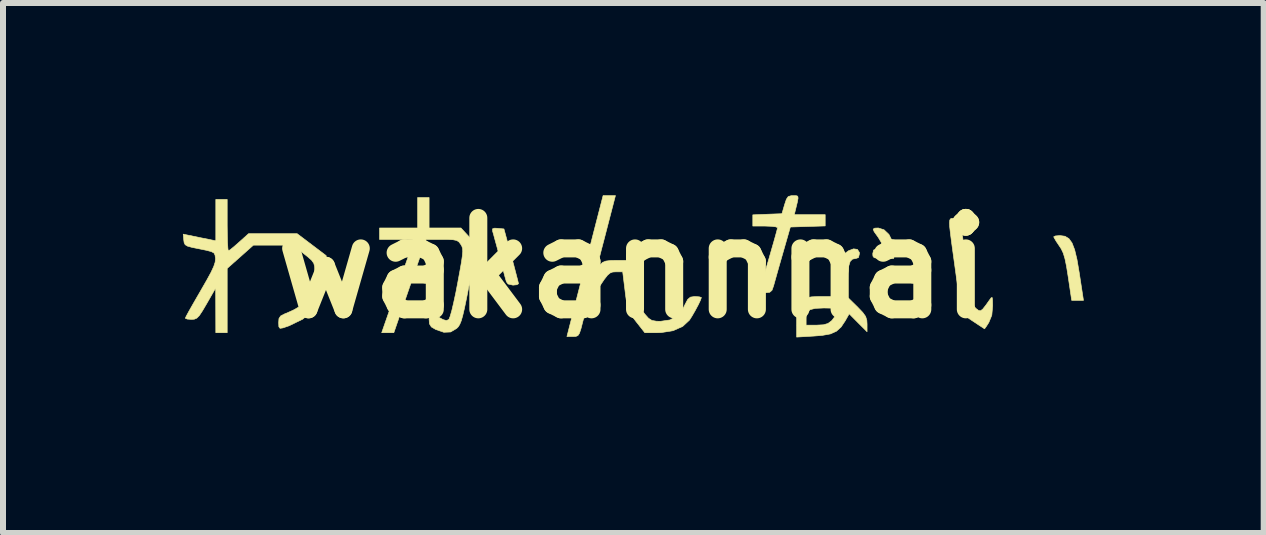
<source format=kicad_pcb>
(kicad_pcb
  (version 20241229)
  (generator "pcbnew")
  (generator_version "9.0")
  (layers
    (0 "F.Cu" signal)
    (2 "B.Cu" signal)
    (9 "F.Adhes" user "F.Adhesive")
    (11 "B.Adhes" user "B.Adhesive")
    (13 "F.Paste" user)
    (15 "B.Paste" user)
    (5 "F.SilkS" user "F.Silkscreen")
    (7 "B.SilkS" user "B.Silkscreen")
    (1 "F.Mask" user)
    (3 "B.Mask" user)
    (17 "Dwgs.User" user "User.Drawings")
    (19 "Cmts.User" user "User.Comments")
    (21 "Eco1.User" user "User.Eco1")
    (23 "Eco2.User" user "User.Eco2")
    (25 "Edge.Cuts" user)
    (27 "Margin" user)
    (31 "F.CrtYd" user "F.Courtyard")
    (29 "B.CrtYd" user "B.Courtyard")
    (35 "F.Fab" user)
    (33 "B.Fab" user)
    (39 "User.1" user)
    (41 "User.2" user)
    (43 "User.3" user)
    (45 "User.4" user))
  (footprint "wakannnai"
    (layer "F.Cu")
    (at 7.501 1.418)
    (property "Reference" "wakannnai" (at 0 0 0) (layer "F.SilkS") (effects (font (size 1.524 1.524) (thickness 0.3))))
    (attr through_hole)
    (fp_poly (pts (xy 7.205 -0.529) (xy 7.27 -0.49) (xy 7.322 -0.418) (xy 7.366 -0.304) (xy 7.405 -0.142) (xy 7.442 0.076) (xy 7.446 0.102) (xy 7.513 0.54) (xy 7.317 0.54) (xy 7.259 0.151) (xy 7.231 -0.025) (xy 7.205 -0.152) (xy 7.177 -0.246) (xy 7.142 -0.32) (xy 7.109 -0.37) (xy 7.056 -0.449) (xy 7.023 -0.506) (xy 7.017 -0.521) (xy 7.045 -0.534) (xy 7.113 -0.54) (xy 7.126 -0.54) (xy 7.205 -0.529)) (stroke (width 0.01) (type solid)) (fill yes) (layer "F.SilkS"))
    (fp_poly (pts (xy -2.252 -0.661) (xy -2.149 -0.651) (xy -2.028 -0.206) (xy -1.985 -0.047) (xy -1.949 0.091) (xy -1.922 0.195) (xy -1.908 0.254) (xy -1.906 0.262) (xy -1.933 0.279) (xy -1.998 0.286) (xy -2.08 0.267) (xy -2.108 0.23) (xy -2.123 0.179) (xy -2.15 0.08) (xy -2.185 -0.051) (xy -2.223 -0.191) (xy -2.262 -0.339) (xy -2.298 -0.469) (xy -2.324 -0.566) (xy -2.338 -0.613) (xy -2.34 -0.652) (xy -2.305 -0.664) (xy -2.252 -0.661)) (stroke (width 0.01) (type solid)) (fill yes) (layer "F.SilkS"))
    (fp_poly (pts (xy 4.188 -0.637) (xy 4.27 -0.559) (xy 4.327 -0.445) (xy 4.35 -0.31) (xy 4.35 -0.304) (xy 4.35 -0.159) (xy 4.175 -0.159) (xy 4.075 -0.161) (xy 4.023 -0.172) (xy 4.003 -0.198) (xy 4 -0.238) (xy 4.014 -0.299) (xy 4.065 -0.317) (xy 4.08 -0.318) (xy 4.145 -0.335) (xy 4.159 -0.37) (xy 4.141 -0.428) (xy 4.095 -0.505) (xy 4.08 -0.527) (xy 4.023 -0.606) (xy 4.007 -0.648) (xy 4.033 -0.664) (xy 4.092 -0.667) (xy 4.188 -0.637)) (stroke (width 0.01) (type solid)) (fill yes) (layer "F.SilkS"))
    (fp_poly (pts (xy 2.722 -1.206) (xy 2.749 -1.197) (xy 2.755 -1.166) (xy 2.743 -1.099) (xy 2.715 -0.984) (xy 2.713 -0.976) (xy 2.692 -0.889) (xy 2.949 -0.889) (xy 3.207 -0.889) (xy 3.207 -0.701) (xy 2.916 -0.692) (xy 2.626 -0.683) (xy 2.503 -0.254) (xy 2.455 -0.087) (xy 2.411 0.068) (xy 2.375 0.196) (xy 2.351 0.282) (xy 2.348 0.294) (xy 2.32 0.372) (xy 2.282 0.405) (xy 2.212 0.413) (xy 2.209 0.413) (xy 2.102 0.413) (xy 2.258 -0.117) (xy 2.308 -0.291) (xy 2.352 -0.444) (xy 2.386 -0.566) (xy 2.407 -0.645) (xy 2.413 -0.672) (xy 2.384 -0.686) (xy 2.308 -0.695) (xy 2.207 -0.699) (xy 2 -0.699) (xy 2 -0.886) (xy 2.243 -0.896) (xy 2.486 -0.905) (xy 2.53 -1.056) (xy 2.56 -1.146) (xy 2.591 -1.191) (xy 2.639 -1.205) (xy 2.671 -1.206) (xy 2.722 -1.206)) (stroke (width 0.01) (type solid)) (fill yes) (layer "F.SilkS"))
    (fp_poly (pts (xy 5.341 -0.826) (xy 5.366 -0.826) (xy 5.433 -0.819) (xy 5.461 -0.803) (xy 5.461 -0.803) (xy 5.465 -0.766) (xy 5.477 -0.675) (xy 5.495 -0.541) (xy 5.518 -0.371) (xy 5.544 -0.176) (xy 5.557 -0.08) (xy 5.59 0.151) (xy 5.616 0.327) (xy 5.638 0.457) (xy 5.658 0.549) (xy 5.678 0.611) (xy 5.698 0.65) (xy 5.722 0.676) (xy 5.723 0.677) (xy 5.764 0.708) (xy 5.796 0.714) (xy 5.833 0.687) (xy 5.885 0.621) (xy 5.944 0.538) (xy 5.975 0.496) (xy 5.991 0.492) (xy 5.997 0.534) (xy 5.999 0.63) (xy 5.999 0.631) (xy 5.985 0.787) (xy 5.935 0.909) (xy 5.892 0.976) (xy 5.866 1.012) (xy 5.863 1.014) (xy 5.836 0.996) (xy 5.77 0.953) (xy 5.678 0.892) (xy 5.667 0.885) (xy 5.477 0.758) (xy 5.376 0.022) (xy 5.341 -0.232) (xy 5.314 -0.429) (xy 5.295 -0.578) (xy 5.283 -0.684) (xy 5.28 -0.755) (xy 5.284 -0.798) (xy 5.296 -0.819) (xy 5.315 -0.827) (xy 5.341 -0.826)) (stroke (width 0.01) (type solid)) (fill yes) (layer "F.SilkS"))
    (fp_poly (pts (xy 3.744 -0.31) (xy 3.777 -0.259) (xy 3.778 -0.238) (xy 3.762 -0.174) (xy 3.721 -0.159) (xy 3.662 -0.148) (xy 3.623 -0.109) (xy 3.6 -0.033) (xy 3.589 0.09) (xy 3.588 0.206) (xy 3.588 0.495) (xy 3.747 0.651) (xy 3.833 0.741) (xy 3.881 0.808) (xy 3.901 0.872) (xy 3.905 0.935) (xy 3.905 1.063) (xy 3.756 0.914) (xy 3.607 0.764) (xy 3.542 0.879) (xy 3.473 0.983) (xy 3.395 1.054) (xy 3.295 1.099) (xy 3.157 1.124) (xy 3.019 1.135) (xy 2.731 1.152) (xy 2.731 0.903) (xy 2.731 0.848) (xy 2.889 0.848) (xy 2.889 0.953) (xy 3.065 0.953) (xy 3.179 0.947) (xy 3.254 0.925) (xy 3.315 0.879) (xy 3.319 0.875) (xy 3.373 0.803) (xy 3.397 0.735) (xy 3.397 0.732) (xy 3.391 0.697) (xy 3.365 0.678) (xy 3.304 0.669) (xy 3.194 0.667) (xy 3.181 0.667) (xy 3.042 0.673) (xy 2.954 0.695) (xy 2.907 0.739) (xy 2.89 0.814) (xy 2.889 0.848) (xy 2.731 0.848) (xy 2.732 0.774) (xy 2.742 0.69) (xy 2.763 0.632) (xy 2.8 0.582) (xy 2.816 0.565) (xy 2.864 0.52) (xy 2.914 0.493) (xy 2.983 0.481) (xy 3.089 0.476) (xy 3.149 0.476) (xy 3.397 0.476) (xy 3.397 0.181) (xy 3.398 0.042) (xy 3.403 -0.05) (xy 3.418 -0.111) (xy 3.445 -0.156) (xy 3.489 -0.204) (xy 3.502 -0.216) (xy 3.595 -0.287) (xy 3.68 -0.319) (xy 3.744 -0.31)) (stroke (width 0.01) (type solid)) (fill yes) (layer "F.SilkS"))
    (fp_poly (pts (xy -3.397 -0.667) (xy -2.866 -0.667) (xy -2.735 -0.525) (xy -2.666 -0.449) (xy -2.618 -0.394) (xy -2.604 -0.374) (xy -2.609 -0.341) (xy -2.626 -0.256) (xy -2.65 -0.127) (xy -2.682 0.037) (xy -2.718 0.225) (xy -2.73 0.286) (xy -2.773 0.507) (xy -2.808 0.674) (xy -2.837 0.797) (xy -2.862 0.883) (xy -2.886 0.941) (xy -2.911 0.981) (xy -2.938 1.008) (xy -3.038 1.067) (xy -3.151 1.072) (xy -3.285 1.026) (xy -3.359 0.983) (xy -3.391 0.931) (xy -3.397 0.85) (xy -3.397 0.728) (xy -3.252 0.813) (xy -3.163 0.861) (xy -3.11 0.876) (xy -3.075 0.863) (xy -3.065 0.854) (xy -3.047 0.809) (xy -3.019 0.713) (xy -2.987 0.577) (xy -2.951 0.41) (xy -2.92 0.249) (xy -2.883 0.048) (xy -2.857 -0.1) (xy -2.842 -0.206) (xy -2.836 -0.278) (xy -2.839 -0.327) (xy -2.851 -0.363) (xy -2.869 -0.394) (xy -2.9 -0.435) (xy -2.937 -0.459) (xy -2.997 -0.471) (xy -3.094 -0.476) (xy -3.185 -0.476) (xy -3.448 -0.476) (xy -3.985 1.079) (xy -4.187 1.079) (xy -3.969 0.452) (xy -3.9 0.255) (xy -3.835 0.068) (xy -3.778 -0.095) (xy -3.733 -0.223) (xy -3.704 -0.305) (xy -3.701 -0.314) (xy -3.672 -0.398) (xy -3.654 -0.454) (xy -3.651 -0.464) (xy -3.681 -0.47) (xy -3.759 -0.474) (xy -3.873 -0.476) (xy -3.937 -0.476) (xy -4.223 -0.476) (xy -4.223 -0.667) (xy -3.588 -0.667) (xy -3.588 -1.175) (xy -3.397 -1.175) (xy -3.397 -0.667)) (stroke (width 0.01) (type solid)) (fill yes) (layer "F.SilkS"))
    (fp_poly (pts (xy -0.432 -0.659) (xy -0.479 -0.477) (xy -0.522 -0.314) (xy -0.556 -0.18) (xy -0.58 -0.086) (xy -0.59 -0.048) (xy -0.598 -0.008) (xy -0.582 -0.014) (xy -0.544 -0.056) (xy -0.504 -0.093) (xy -0.451 -0.115) (xy -0.37 -0.125) (xy -0.244 -0.127) (xy -0.006 -0.127) (xy 0.012 -0.008) (xy 0.025 0.081) (xy 0.043 0.208) (xy 0.061 0.349) (xy 0.065 0.378) (xy 0.087 0.522) (xy 0.114 0.624) (xy 0.152 0.703) (xy 0.198 0.767) (xy 0.262 0.839) (xy 0.319 0.875) (xy 0.395 0.888) (xy 0.463 0.889) (xy 0.62 0.866) (xy 0.743 0.795) (xy 0.84 0.67) (xy 0.872 0.605) (xy 0.915 0.524) (xy 0.96 0.486) (xy 1.026 0.476) (xy 1.037 0.476) (xy 1.108 0.481) (xy 1.142 0.492) (xy 1.143 0.493) (xy 1.128 0.536) (xy 1.091 0.614) (xy 1.04 0.709) (xy 0.987 0.801) (xy 0.944 0.869) (xy 0.831 0.974) (xy 0.672 1.045) (xy 0.472 1.077) (xy 0.409 1.079) (xy 0.2 1.079) (xy 0.055 0.895) (xy -0.011 0.808) (xy -0.056 0.737) (xy -0.085 0.663) (xy -0.105 0.568) (xy -0.124 0.434) (xy -0.129 0.387) (xy -0.169 0.064) (xy -0.283 0.064) (xy -0.335 0.067) (xy -0.378 0.083) (xy -0.422 0.12) (xy -0.476 0.189) (xy -0.55 0.299) (xy -0.583 0.349) (xy -0.689 0.522) (xy -0.763 0.673) (xy -0.816 0.826) (xy -0.833 0.888) (xy -0.865 1.013) (xy -0.89 1.088) (xy -0.916 1.127) (xy -0.951 1.141) (xy -0.998 1.143) (xy -1.099 1.143) (xy -0.798 -0.032) (xy -0.496 -1.207) (xy -0.29 -1.207) (xy -0.432 -0.659)) (stroke (width 0.01) (type solid)) (fill yes) (layer "F.SilkS"))
    (fp_poly (pts (xy -6.763 -0.714) (xy -6.761 -0.558) (xy -6.758 -0.427) (xy -6.752 -0.333) (xy -6.746 -0.288) (xy -6.744 -0.286) (xy -6.712 -0.305) (xy -6.648 -0.357) (xy -6.566 -0.429) (xy -6.407 -0.572) (xy -5.597 -0.572) (xy -5.355 -0.389) (xy -5.113 -0.206) (xy -5.113 0.053) (xy -5.136 0.31) (xy -5.207 0.528) (xy -5.33 0.708) (xy -5.504 0.853) (xy -5.732 0.964) (xy -5.834 0.999) (xy -5.882 1.006) (xy -5.902 0.979) (xy -5.905 0.911) (xy -5.9 0.843) (xy -5.872 0.8) (xy -5.805 0.765) (xy -5.764 0.749) (xy -5.66 0.702) (xy -5.569 0.65) (xy -5.546 0.634) (xy -5.465 0.542) (xy -5.391 0.409) (xy -5.335 0.257) (xy -5.305 0.11) (xy -5.302 0.063) (xy -5.305 -0.02) (xy -5.319 -0.078) (xy -5.356 -0.13) (xy -5.427 -0.192) (xy -5.485 -0.238) (xy -5.667 -0.381) (xy -5.997 -0.381) (xy -6.326 -0.381) (xy -6.544 -0.187) (xy -6.763 0.007) (xy -6.763 1.079) (xy -6.953 1.079) (xy -6.954 0.706) (xy -6.955 0.333) (xy -7.105 0.595) (xy -7.177 0.717) (xy -7.228 0.794) (xy -7.27 0.836) (xy -7.312 0.854) (xy -7.358 0.857) (xy -7.428 0.852) (xy -7.461 0.838) (xy -7.461 0.837) (xy -7.446 0.804) (xy -7.404 0.726) (xy -7.34 0.613) (xy -7.26 0.474) (xy -7.205 0.379) (xy -7.104 0.203) (xy -7.032 0.071) (xy -6.987 -0.026) (xy -6.964 -0.097) (xy -6.958 -0.152) (xy -6.959 -0.163) (xy -6.966 -0.215) (xy -6.984 -0.25) (xy -7.027 -0.273) (xy -7.106 -0.294) (xy -7.223 -0.318) (xy -7.348 -0.343) (xy -7.424 -0.364) (xy -7.464 -0.388) (xy -7.481 -0.423) (xy -7.487 -0.465) (xy -7.496 -0.564) (xy -7.225 -0.508) (xy -6.953 -0.453) (xy -6.953 -1.143) (xy -6.763 -1.143) (xy -6.763 -0.714)) (stroke (width 0.01) (type solid)) (fill yes) (layer "F.SilkS")))
  (gr_rect
    (start -3 -3)
    (end 18.019 5.836)
    (stroke (width 0.1) (type default))
    (fill no)
    (layer "Edge.Cuts")))
</source>
